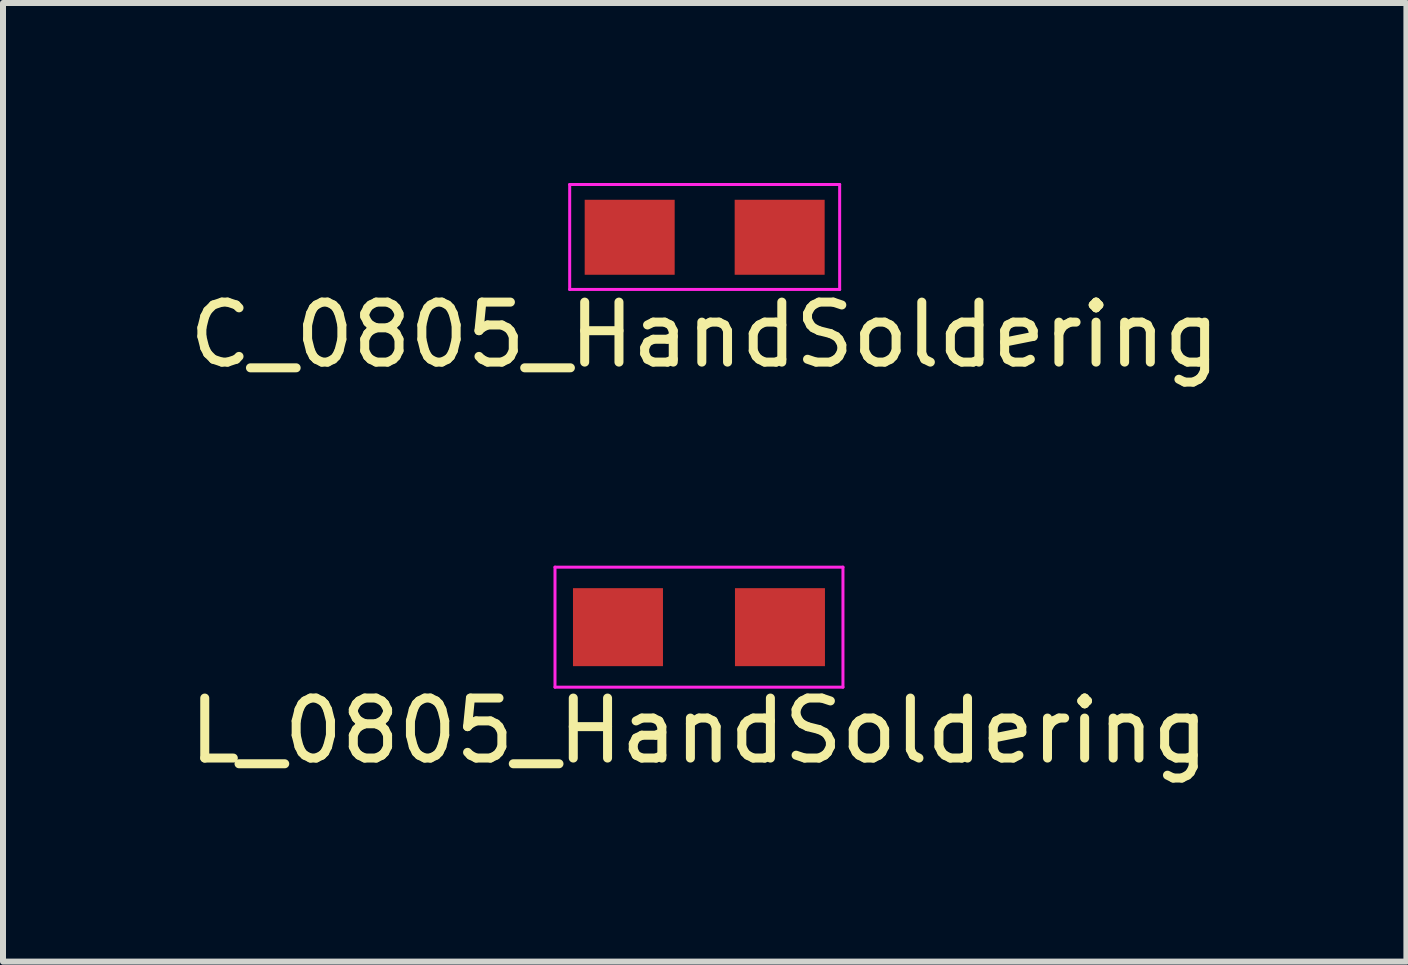
<source format=kicad_pcb>
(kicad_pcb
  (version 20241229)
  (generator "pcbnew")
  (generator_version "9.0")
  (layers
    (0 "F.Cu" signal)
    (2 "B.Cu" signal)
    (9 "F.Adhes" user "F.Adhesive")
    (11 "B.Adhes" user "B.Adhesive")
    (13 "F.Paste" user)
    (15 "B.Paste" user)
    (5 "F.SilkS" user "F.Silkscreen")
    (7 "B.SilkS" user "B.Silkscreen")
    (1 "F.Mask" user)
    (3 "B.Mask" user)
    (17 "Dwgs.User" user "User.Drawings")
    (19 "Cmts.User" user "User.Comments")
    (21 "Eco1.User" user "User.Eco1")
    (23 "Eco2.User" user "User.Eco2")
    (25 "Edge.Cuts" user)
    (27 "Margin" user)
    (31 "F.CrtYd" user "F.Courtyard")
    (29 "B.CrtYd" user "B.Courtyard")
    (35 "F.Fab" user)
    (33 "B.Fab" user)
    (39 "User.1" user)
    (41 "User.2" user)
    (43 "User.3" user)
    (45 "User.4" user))
  (footprint "C_0805_HandSoldering"
    (layer "F.Cu")
    (at 8.696 0.905)
    (property "Reference" "C_0805_HandSoldering" (at 0 1.626 0) (layer "F.SilkS") (effects (font (size 1 1) (thickness 0.15))))
    (attr smd)
    (fp_line (start -2.25 -0.88) (end -2.25 0.87) (stroke (width 0.05) (type solid)) (layer "F.CrtYd"))
    (fp_line (start -2.25 -0.88) (end 2.25 -0.88) (stroke (width 0.05) (type solid)) (layer "F.CrtYd"))
    (fp_line (start 2.25 0.87) (end -2.25 0.87) (stroke (width 0.05) (type solid)) (layer "F.CrtYd"))
    (fp_line (start 2.25 0.87) (end 2.25 -0.88) (stroke (width 0.05) (type solid)) (layer "F.CrtYd"))
    (pad "1" smd rect (at -1.25 0) (size 1.5 1.25) (layers "F.Cu" "F.Mask" "F.Paste"))
    (pad "2" smd rect (at 1.25 0) (size 1.5 1.25) (layers "F.Cu" "F.Mask" "F.Paste")))
  (footprint "L_0805_HandSoldering"
    (layer "F.Cu")
    (at 8.601 7.404)
    (property "Reference" "L_0805_HandSoldering" (at 0 1.727 0) (layer "F.SilkS") (effects (font (size 1 1) (thickness 0.15))))
    (attr smd)
    (fp_line (start -2.4 -1) (end -2.4 1) (stroke (width 0.05) (type solid)) (layer "F.CrtYd"))
    (fp_line (start -2.4 -1) (end 2.4 -1) (stroke (width 0.05) (type solid)) (layer "F.CrtYd"))
    (fp_line (start -2.4 1) (end 2.4 1) (stroke (width 0.05) (type solid)) (layer "F.CrtYd"))
    (fp_line (start 2.4 -1) (end 2.4 1) (stroke (width 0.05) (type solid)) (layer "F.CrtYd"))
    (pad "1" smd rect (at -1.35 0) (size 1.5 1.3) (layers "F.Cu" "F.Mask" "F.Paste"))
    (pad "2" smd rect (at 1.35 0) (size 1.5 1.3) (layers "F.Cu" "F.Mask" "F.Paste")))
  (gr_rect
    (start -3 -3)
    (end 20.393 12.979)
    (stroke (width 0.1) (type default))
    (fill no)
    (layer "Edge.Cuts")))
</source>
